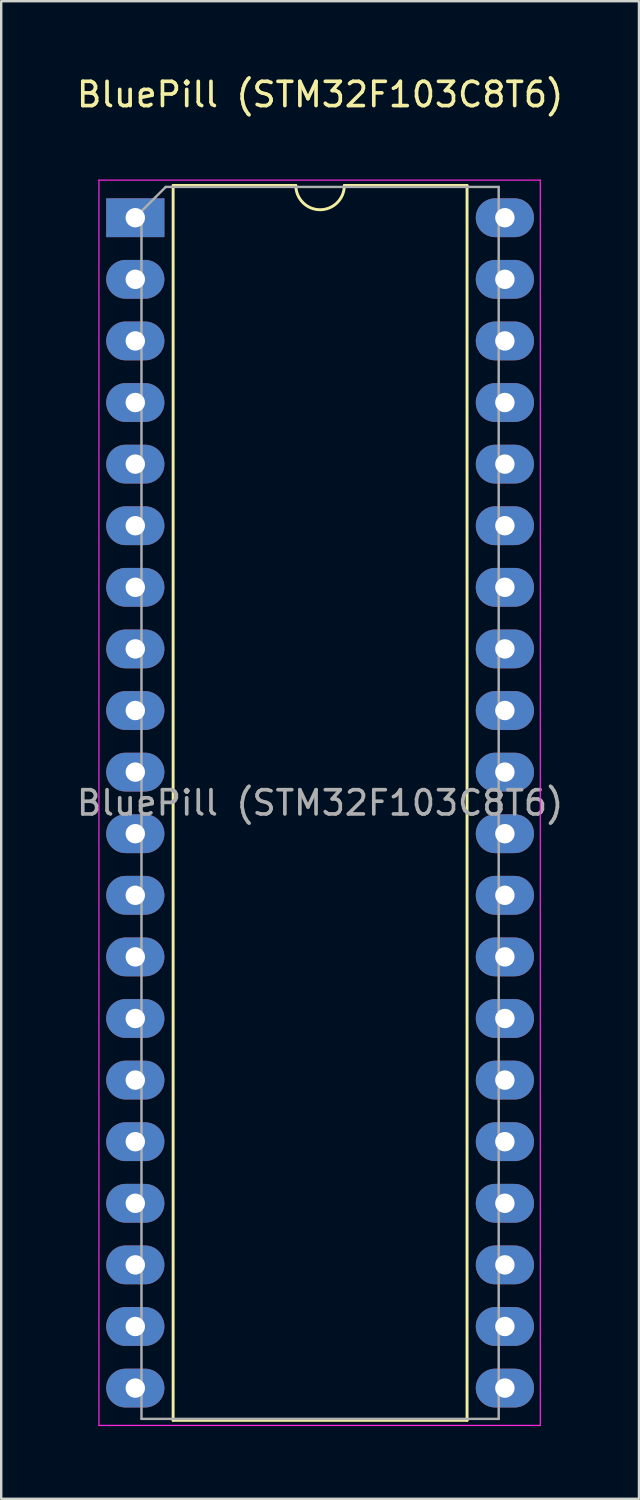
<source format=kicad_pcb>
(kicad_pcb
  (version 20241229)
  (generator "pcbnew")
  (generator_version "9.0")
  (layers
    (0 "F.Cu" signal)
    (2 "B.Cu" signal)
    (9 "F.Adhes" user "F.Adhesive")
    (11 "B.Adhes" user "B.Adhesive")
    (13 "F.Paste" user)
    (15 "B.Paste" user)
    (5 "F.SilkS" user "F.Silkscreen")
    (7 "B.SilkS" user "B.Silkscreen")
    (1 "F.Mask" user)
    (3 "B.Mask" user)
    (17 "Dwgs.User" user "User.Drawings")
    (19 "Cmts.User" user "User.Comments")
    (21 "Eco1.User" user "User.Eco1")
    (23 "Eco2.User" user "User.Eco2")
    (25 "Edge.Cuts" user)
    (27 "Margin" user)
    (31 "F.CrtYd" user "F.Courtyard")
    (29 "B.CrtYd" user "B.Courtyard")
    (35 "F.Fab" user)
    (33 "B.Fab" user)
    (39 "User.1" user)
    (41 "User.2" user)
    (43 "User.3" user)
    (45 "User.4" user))
  (footprint "BluePill (STM32F103C8T6)"
    (layer "F.Cu")
    (at 10.149 3.388)
    (property "Reference" "BluePill (STM32F103C8T6)" (at 0 -2.54 0) (unlocked yes) (layer "F.SilkS") (effects (font (size 1 1) (thickness 0.15))))
    (attr through_hole)
    (fp_line (start -6.06 1.21) (end -6.06 52.13) (stroke (width 0.12) (type solid)) (layer "F.SilkS"))
    (fp_line (start -6.06 52.13) (end 6.06 52.13) (stroke (width 0.12) (type solid)) (layer "F.SilkS"))
    (fp_line (start -1 1.21) (end -6.06 1.21) (stroke (width 0.12) (type solid)) (layer "F.SilkS"))
    (fp_line (start 6.06 1.21) (end 1 1.21) (stroke (width 0.12) (type solid)) (layer "F.SilkS"))
    (fp_line (start 6.06 52.13) (end 6.06 1.21) (stroke (width 0.12) (type solid)) (layer "F.SilkS"))
    (fp_arc (start 1 1.21) (mid 0 2.21) (end -1 1.21) (stroke (width 0.12) (type solid)) (layer "F.SilkS"))
    (fp_line (start -9.12 0.99) (end -9.12 52.34) (stroke (width 0.05) (type solid)) (layer "F.CrtYd"))
    (fp_line (start -9.12 52.34) (end 9.08 52.34) (stroke (width 0.05) (type solid)) (layer "F.CrtYd"))
    (fp_line (start 9.08 0.99) (end -9.12 0.99) (stroke (width 0.05) (type solid)) (layer "F.CrtYd"))
    (fp_line (start 9.08 52.34) (end 9.08 0.99) (stroke (width 0.05) (type solid)) (layer "F.CrtYd"))
    (fp_line (start -7.365 2.27) (end -6.365 1.27) (stroke (width 0.1) (type solid)) (layer "F.Fab"))
    (fp_line (start -7.365 52.07) (end -7.365 2.27) (stroke (width 0.1) (type solid)) (layer "F.Fab"))
    (fp_line (start -6.365 1.27) (end 7.365 1.27) (stroke (width 0.1) (type solid)) (layer "F.Fab"))
    (fp_line (start 7.365 1.27) (end 7.365 52.07) (stroke (width 0.1) (type solid)) (layer "F.Fab"))
    (fp_line (start 7.365 52.07) (end -7.365 52.07) (stroke (width 0.1) (type solid)) (layer "F.Fab"))
    (fp_text user "${REFERENCE}" (at 0 26.67 0) (layer "F.Fab") (effects (font (size 1 1) (thickness 0.15))))
    (pad "1" thru_hole rect (at -7.62 2.54) (size 2.4 1.6) (drill 0.8) (layers "*.Cu" "*.Mask"))
    (pad "2" thru_hole oval (at -7.62 5.08) (size 2.4 1.6) (drill 0.8) (layers "*.Cu" "*.Mask"))
    (pad "3" thru_hole oval (at -7.62 7.62) (size 2.4 1.6) (drill 0.8) (layers "*.Cu" "*.Mask"))
    (pad "4" thru_hole oval (at -7.62 10.16) (size 2.4 1.6) (drill 0.8) (layers "*.Cu" "*.Mask"))
    (pad "5" thru_hole oval (at -7.62 12.7) (size 2.4 1.6) (drill 0.8) (layers "*.Cu" "*.Mask"))
    (pad "6" thru_hole oval (at -7.62 15.24) (size 2.4 1.6) (drill 0.8) (layers "*.Cu" "*.Mask"))
    (pad "7" thru_hole oval (at -7.62 17.78) (size 2.4 1.6) (drill 0.8) (layers "*.Cu" "*.Mask"))
    (pad "8" thru_hole oval (at -7.62 20.32) (size 2.4 1.6) (drill 0.8) (layers "*.Cu" "*.Mask"))
    (pad "9" thru_hole oval (at -7.62 22.86) (size 2.4 1.6) (drill 0.8) (layers "*.Cu" "*.Mask"))
    (pad "10" thru_hole oval (at -7.62 25.4) (size 2.4 1.6) (drill 0.8) (layers "*.Cu" "*.Mask"))
    (pad "11" thru_hole oval (at -7.62 27.94) (size 2.4 1.6) (drill 0.8) (layers "*.Cu" "*.Mask"))
    (pad "12" thru_hole oval (at -7.62 30.48) (size 2.4 1.6) (drill 0.8) (layers "*.Cu" "*.Mask"))
    (pad "13" thru_hole oval (at -7.62 33.02) (size 2.4 1.6) (drill 0.8) (layers "*.Cu" "*.Mask"))
    (pad "14" thru_hole oval (at -7.62 35.56) (size 2.4 1.6) (drill 0.8) (layers "*.Cu" "*.Mask"))
    (pad "15" thru_hole oval (at -7.62 38.1) (size 2.4 1.6) (drill 0.8) (layers "*.Cu" "*.Mask"))
    (pad "16" thru_hole oval (at -7.62 40.64) (size 2.4 1.6) (drill 0.8) (layers "*.Cu" "*.Mask"))
    (pad "17" thru_hole oval (at -7.62 43.18) (size 2.4 1.6) (drill 0.8) (layers "*.Cu" "*.Mask"))
    (pad "18" thru_hole oval (at -7.62 45.72) (size 2.4 1.6) (drill 0.8) (layers "*.Cu" "*.Mask"))
    (pad "19" thru_hole oval (at -7.62 48.26) (size 2.4 1.6) (drill 0.8) (layers "*.Cu" "*.Mask"))
    (pad "20" thru_hole oval (at -7.62 50.8) (size 2.4 1.6) (drill 0.8) (layers "*.Cu" "*.Mask"))
    (pad "21" thru_hole oval (at 7.62 50.8) (size 2.4 1.6) (drill 0.8) (layers "*.Cu" "*.Mask"))
    (pad "22" thru_hole oval (at 7.62 48.26) (size 2.4 1.6) (drill 0.8) (layers "*.Cu" "*.Mask"))
    (pad "23" thru_hole oval (at 7.62 45.72) (size 2.4 1.6) (drill 0.8) (layers "*.Cu" "*.Mask"))
    (pad "24" thru_hole oval (at 7.62 43.18) (size 2.4 1.6) (drill 0.8) (layers "*.Cu" "*.Mask"))
    (pad "25" thru_hole oval (at 7.62 40.64) (size 2.4 1.6) (drill 0.8) (layers "*.Cu" "*.Mask"))
    (pad "26" thru_hole oval (at 7.62 38.1) (size 2.4 1.6) (drill 0.8) (layers "*.Cu" "*.Mask"))
    (pad "27" thru_hole oval (at 7.62 35.56) (size 2.4 1.6) (drill 0.8) (layers "*.Cu" "*.Mask"))
    (pad "28" thru_hole oval (at 7.62 33.02) (size 2.4 1.6) (drill 0.8) (layers "*.Cu" "*.Mask"))
    (pad "29" thru_hole oval (at 7.62 30.48) (size 2.4 1.6) (drill 0.8) (layers "*.Cu" "*.Mask"))
    (pad "30" thru_hole oval (at 7.62 27.94) (size 2.4 1.6) (drill 0.8) (layers "*.Cu" "*.Mask"))
    (pad "31" thru_hole oval (at 7.62 25.4) (size 2.4 1.6) (drill 0.8) (layers "*.Cu" "*.Mask"))
    (pad "32" thru_hole oval (at 7.62 22.86) (size 2.4 1.6) (drill 0.8) (layers "*.Cu" "*.Mask"))
    (pad "33" thru_hole oval (at 7.62 20.32) (size 2.4 1.6) (drill 0.8) (layers "*.Cu" "*.Mask"))
    (pad "34" thru_hole oval (at 7.62 17.78) (size 2.4 1.6) (drill 0.8) (layers "*.Cu" "*.Mask"))
    (pad "35" thru_hole oval (at 7.62 15.24) (size 2.4 1.6) (drill 0.8) (layers "*.Cu" "*.Mask"))
    (pad "36" thru_hole oval (at 7.62 12.7) (size 2.4 1.6) (drill 0.8) (layers "*.Cu" "*.Mask"))
    (pad "37" thru_hole oval (at 7.62 10.16) (size 2.4 1.6) (drill 0.8) (layers "*.Cu" "*.Mask"))
    (pad "38" thru_hole oval (at 7.62 7.62) (size 2.4 1.6) (drill 0.8) (layers "*.Cu" "*.Mask"))
    (pad "39" thru_hole oval (at 7.62 5.08) (size 2.4 1.6) (drill 0.8) (layers "*.Cu" "*.Mask"))
    (pad "40" thru_hole oval (at 7.62 2.54) (size 2.4 1.6) (drill 0.8) (layers "*.Cu" "*.Mask")))
  (gr_rect
    (start -3 -3)
    (end 23.298 58.753)
    (stroke (width 0.1) (type default))
    (fill no)
    (layer "Edge.Cuts")))
</source>
